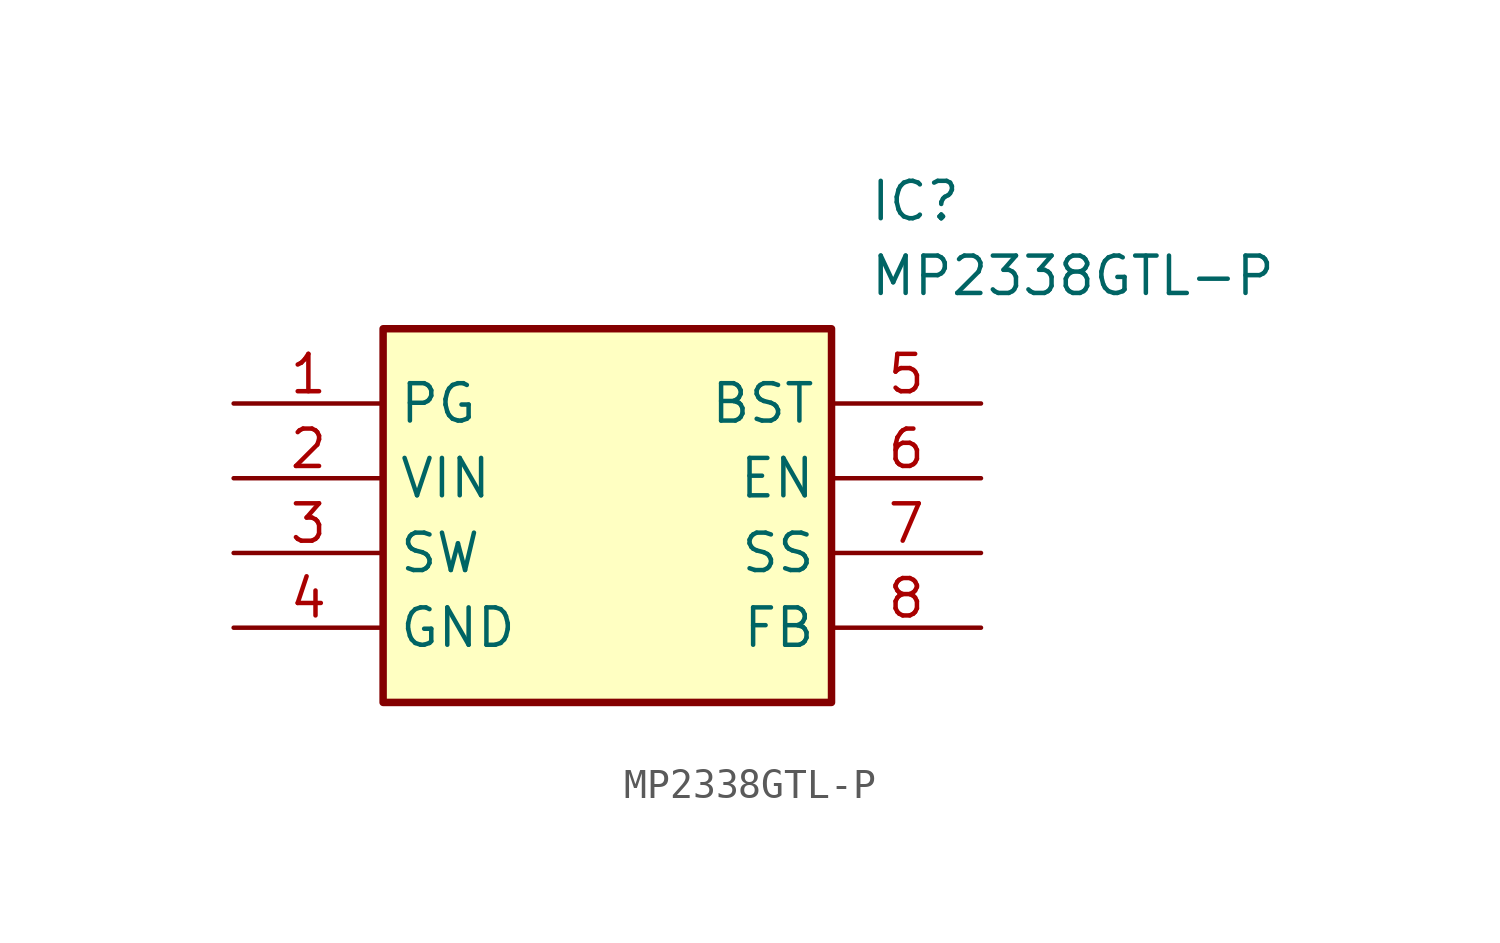
<source format=kicad_sym>
(kicad_symbol_lib
  (version 20211014)
  (generator SamacSys_ECAD_Model)
  (symbol "MP2338GTL-P"
    (property "Reference" "IC"
      (at 21.59 7.62 0)
      (effects (font (size 1.27 1.27)) (justify left top)))
    (property "Value" "MP2338GTL-P"
      (at 21.59 5.08 0)
      (effects (font (size 1.27 1.27)) (justify left top)))
    (rectangle
      (start 5.08 2.54)
      (end 20.32 -10.16)
      (stroke (width 0.254) (type default))
      (fill (type background)))
    (pin passive line
      (at 0 0 0)
      (length 5.08)
      (name "PG" (effects (font (size 1.27 1.27))))
      (number "1" (effects (font (size 1.27 1.27)))))
    (pin passive line
      (at 0 -2.54 0)
      (length 5.08)
      (name "VIN" (effects (font (size 1.27 1.27))))
      (number "2" (effects (font (size 1.27 1.27)))))
    (pin passive line
      (at 0 -5.08 0)
      (length 5.08)
      (name "SW" (effects (font (size 1.27 1.27))))
      (number "3" (effects (font (size 1.27 1.27)))))
    (pin passive line
      (at 0 -7.62 0)
      (length 5.08)
      (name "GND" (effects (font (size 1.27 1.27))))
      (number "4" (effects (font (size 1.27 1.27)))))
    (pin passive line
      (at 25.4 0 180)
      (length 5.08)
      (name "BST" (effects (font (size 1.27 1.27))))
      (number "5" (effects (font (size 1.27 1.27)))))
    (pin passive line
      (at 25.4 -2.54 180)
      (length 5.08)
      (name "EN" (effects (font (size 1.27 1.27))))
      (number "6" (effects (font (size 1.27 1.27)))))
    (pin passive line
      (at 25.4 -5.08 180)
      (length 5.08)
      (name "SS" (effects (font (size 1.27 1.27))))
      (number "7" (effects (font (size 1.27 1.27)))))
    (pin passive line
      (at 25.4 -7.62 180)
      (length 5.08)
      (name "FB" (effects (font (size 1.27 1.27))))
      (number "8" (effects (font (size 1.27 1.27)))))))
</source>
